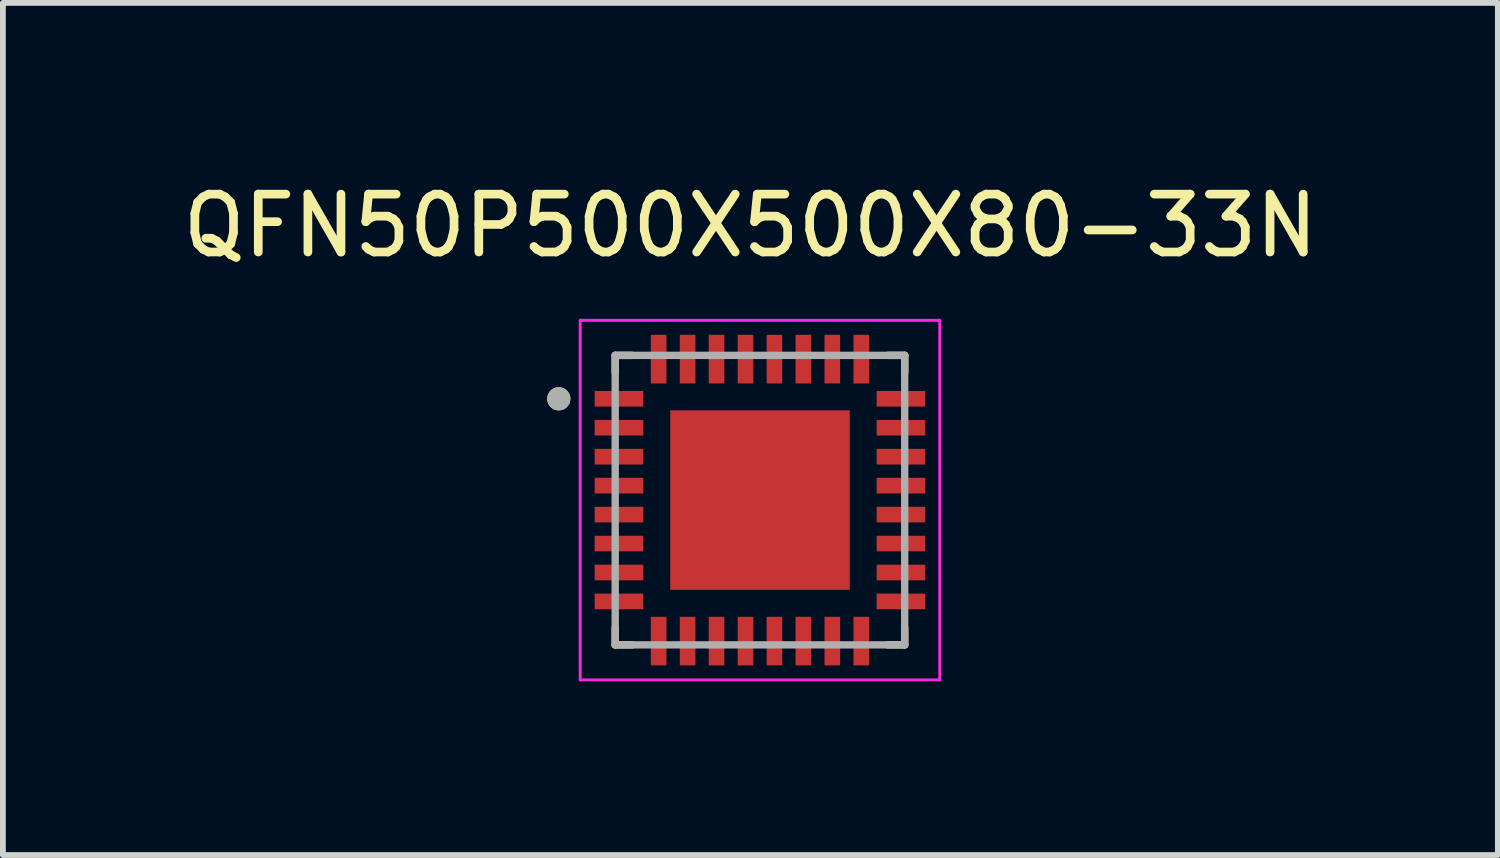
<source format=kicad_pcb>
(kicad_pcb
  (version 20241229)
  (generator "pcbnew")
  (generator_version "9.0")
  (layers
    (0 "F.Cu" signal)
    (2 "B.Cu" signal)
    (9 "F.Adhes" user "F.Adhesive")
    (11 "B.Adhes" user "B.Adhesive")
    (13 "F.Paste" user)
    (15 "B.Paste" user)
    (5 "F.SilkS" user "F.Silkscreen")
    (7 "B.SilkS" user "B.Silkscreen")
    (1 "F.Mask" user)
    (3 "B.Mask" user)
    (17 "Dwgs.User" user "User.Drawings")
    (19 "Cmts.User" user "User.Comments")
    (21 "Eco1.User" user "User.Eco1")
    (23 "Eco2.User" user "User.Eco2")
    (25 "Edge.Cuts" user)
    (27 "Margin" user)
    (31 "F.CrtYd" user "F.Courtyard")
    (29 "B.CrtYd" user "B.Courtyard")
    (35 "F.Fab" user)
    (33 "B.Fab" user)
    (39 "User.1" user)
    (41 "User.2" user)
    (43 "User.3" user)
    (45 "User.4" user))
  (footprint "QFN50P500X500X80-33N"
    (layer "F.Cu")
    (at 10.076 5.588)
    (property "Reference" "QFN50P500X500X80-33N" (at -0.165 -4.74 0) (layer "F.SilkS") (effects (font (size 1 1) (thickness 0.15))))
    (attr through_hole)
    (fp_line (start -2.5 -2.5) (end -2.5 -2.205) (stroke (width 0.127) (type solid)) (layer "F.SilkS"))
    (fp_line (start -2.5 -2.5) (end -2.205 -2.5) (stroke (width 0.127) (type solid)) (layer "F.SilkS"))
    (fp_line (start -2.5 2.5) (end -2.5 2.205) (stroke (width 0.127) (type solid)) (layer "F.SilkS"))
    (fp_line (start -2.5 2.5) (end -2.205 2.5) (stroke (width 0.127) (type solid)) (layer "F.SilkS"))
    (fp_line (start 2.5 -2.5) (end 2.205 -2.5) (stroke (width 0.127) (type solid)) (layer "F.SilkS"))
    (fp_line (start 2.5 -2.5) (end 2.5 -2.205) (stroke (width 0.127) (type solid)) (layer "F.SilkS"))
    (fp_line (start 2.5 2.5) (end 2.205 2.5) (stroke (width 0.127) (type solid)) (layer "F.SilkS"))
    (fp_line (start 2.5 2.5) (end 2.5 2.205) (stroke (width 0.127) (type solid)) (layer "F.SilkS"))
    (fp_circle (center -3.475 -1.75) (end -3.375 -1.75) (stroke (width 0.2) (type solid)) (fill no) (layer "F.SilkS"))
    (fp_poly (pts (xy -0.98 -0.98) (xy 0.98 -0.98) (xy 0.98 0.98) (xy -0.98 0.98)) (stroke (width 0.01) (type solid)) (fill yes) (layer "F.Paste"))
    (fp_line (start -3.105 -3.105) (end 3.105 -3.105) (stroke (width 0.05) (type solid)) (layer "F.CrtYd"))
    (fp_line (start -3.105 3.105) (end -3.105 -3.105) (stroke (width 0.05) (type solid)) (layer "F.CrtYd"))
    (fp_line (start -3.105 3.105) (end 3.105 3.105) (stroke (width 0.05) (type solid)) (layer "F.CrtYd"))
    (fp_line (start 3.105 3.105) (end 3.105 -3.105) (stroke (width 0.05) (type solid)) (layer "F.CrtYd"))
    (fp_line (start -2.5 2.5) (end -2.5 -2.5) (stroke (width 0.127) (type solid)) (layer "F.Fab"))
    (fp_line (start 2.5 -2.5) (end -2.5 -2.5) (stroke (width 0.127) (type solid)) (layer "F.Fab"))
    (fp_line (start 2.5 2.5) (end -2.5 2.5) (stroke (width 0.127) (type solid)) (layer "F.Fab"))
    (fp_line (start 2.5 2.5) (end 2.5 -2.5) (stroke (width 0.127) (type solid)) (layer "F.Fab"))
    (fp_circle (center -3.475 -1.75) (end -3.375 -1.75) (stroke (width 0.2) (type solid)) (fill no) (layer "F.Fab"))
    (pad "1" smd roundrect (at -2.435 -1.75) (size 0.84 0.27) (layers "F.Cu" "F.Mask" "F.Paste") (roundrect_rratio 0.03))
    (pad "2" smd roundrect (at -2.435 -1.25) (size 0.84 0.27) (layers "F.Cu" "F.Mask" "F.Paste") (roundrect_rratio 0.03))
    (pad "3" smd roundrect (at -2.435 -0.75) (size 0.84 0.27) (layers "F.Cu" "F.Mask" "F.Paste") (roundrect_rratio 0.03))
    (pad "4" smd roundrect (at -2.435 -0.25) (size 0.84 0.27) (layers "F.Cu" "F.Mask" "F.Paste") (roundrect_rratio 0.03))
    (pad "5" smd roundrect (at -2.435 0.25) (size 0.84 0.27) (layers "F.Cu" "F.Mask" "F.Paste") (roundrect_rratio 0.03))
    (pad "6" smd roundrect (at -2.435 0.75) (size 0.84 0.27) (layers "F.Cu" "F.Mask" "F.Paste") (roundrect_rratio 0.03))
    (pad "7" smd roundrect (at -2.435 1.25) (size 0.84 0.27) (layers "F.Cu" "F.Mask" "F.Paste") (roundrect_rratio 0.03))
    (pad "8" smd roundrect (at -2.435 1.75) (size 0.84 0.27) (layers "F.Cu" "F.Mask" "F.Paste") (roundrect_rratio 0.03))
    (pad "9" smd roundrect (at -1.75 2.435 90) (size 0.84 0.27) (layers "F.Cu" "F.Mask" "F.Paste") (roundrect_rratio 0.03))
    (pad "10" smd roundrect (at -1.25 2.435 90) (size 0.84 0.27) (layers "F.Cu" "F.Mask" "F.Paste") (roundrect_rratio 0.03))
    (pad "11" smd roundrect (at -0.75 2.435 90) (size 0.84 0.27) (layers "F.Cu" "F.Mask" "F.Paste") (roundrect_rratio 0.03))
    (pad "12" smd roundrect (at -0.25 2.435 90) (size 0.84 0.27) (layers "F.Cu" "F.Mask" "F.Paste") (roundrect_rratio 0.03))
    (pad "13" smd roundrect (at 0.25 2.435 90) (size 0.84 0.27) (layers "F.Cu" "F.Mask" "F.Paste") (roundrect_rratio 0.03))
    (pad "14" smd roundrect (at 0.75 2.435 90) (size 0.84 0.27) (layers "F.Cu" "F.Mask" "F.Paste") (roundrect_rratio 0.03))
    (pad "15" smd roundrect (at 1.25 2.435 90) (size 0.84 0.27) (layers "F.Cu" "F.Mask" "F.Paste") (roundrect_rratio 0.03))
    (pad "16" smd roundrect (at 1.75 2.435 90) (size 0.84 0.27) (layers "F.Cu" "F.Mask" "F.Paste") (roundrect_rratio 0.03))
    (pad "17" smd roundrect (at 2.435 1.75) (size 0.84 0.27) (layers "F.Cu" "F.Mask" "F.Paste") (roundrect_rratio 0.03))
    (pad "18" smd roundrect (at 2.435 1.25) (size 0.84 0.27) (layers "F.Cu" "F.Mask" "F.Paste") (roundrect_rratio 0.03))
    (pad "19" smd roundrect (at 2.435 0.75) (size 0.84 0.27) (layers "F.Cu" "F.Mask" "F.Paste") (roundrect_rratio 0.03))
    (pad "20" smd roundrect (at 2.435 0.25) (size 0.84 0.27) (layers "F.Cu" "F.Mask" "F.Paste") (roundrect_rratio 0.03))
    (pad "21" smd roundrect (at 2.435 -0.25) (size 0.84 0.27) (layers "F.Cu" "F.Mask" "F.Paste") (roundrect_rratio 0.03))
    (pad "22" smd roundrect (at 2.435 -0.75) (size 0.84 0.27) (layers "F.Cu" "F.Mask" "F.Paste") (roundrect_rratio 0.03))
    (pad "23" smd roundrect (at 2.435 -1.25) (size 0.84 0.27) (layers "F.Cu" "F.Mask" "F.Paste") (roundrect_rratio 0.03))
    (pad "24" smd roundrect (at 2.435 -1.75) (size 0.84 0.27) (layers "F.Cu" "F.Mask" "F.Paste") (roundrect_rratio 0.03))
    (pad "25" smd roundrect (at 1.75 -2.435 90) (size 0.84 0.27) (layers "F.Cu" "F.Mask" "F.Paste") (roundrect_rratio 0.03))
    (pad "26" smd roundrect (at 1.25 -2.435 90) (size 0.84 0.27) (layers "F.Cu" "F.Mask" "F.Paste") (roundrect_rratio 0.03))
    (pad "27" smd roundrect (at 0.75 -2.435 90) (size 0.84 0.27) (layers "F.Cu" "F.Mask" "F.Paste") (roundrect_rratio 0.03))
    (pad "28" smd roundrect (at 0.25 -2.435 90) (size 0.84 0.27) (layers "F.Cu" "F.Mask" "F.Paste") (roundrect_rratio 0.03))
    (pad "29" smd roundrect (at -0.25 -2.435 90) (size 0.84 0.27) (layers "F.Cu" "F.Mask" "F.Paste") (roundrect_rratio 0.03))
    (pad "30" smd roundrect (at -0.75 -2.435 90) (size 0.84 0.27) (layers "F.Cu" "F.Mask" "F.Paste") (roundrect_rratio 0.03))
    (pad "31" smd roundrect (at -1.25 -2.435 90) (size 0.84 0.27) (layers "F.Cu" "F.Mask" "F.Paste") (roundrect_rratio 0.03))
    (pad "32" smd roundrect (at -1.75 -2.435 90) (size 0.84 0.27) (layers "F.Cu" "F.Mask" "F.Paste") (roundrect_rratio 0.03))
    (pad "33" smd rect (at 0 0) (size 3.1 3.1) (layers "F.Cu" "F.Mask")))
  (gr_rect
    (start -3 -3)
    (end 22.821 11.718)
    (stroke (width 0.1) (type default))
    (fill no)
    (layer "Edge.Cuts")))
</source>
